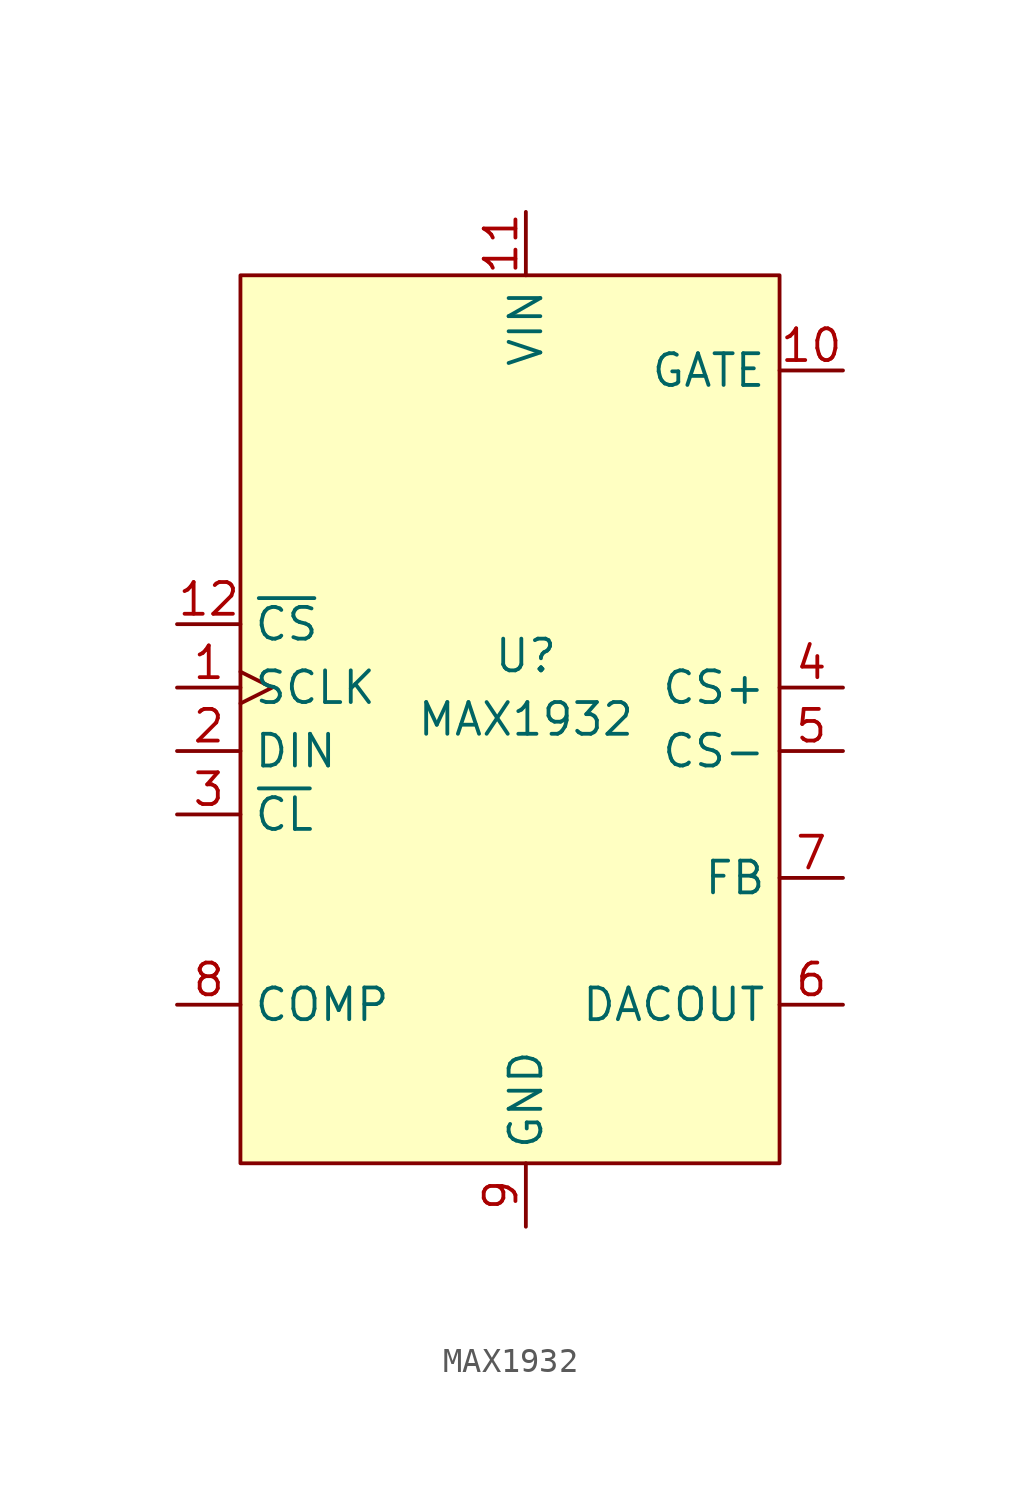
<source format=kicad_sym>
(kicad_symbol_lib
  (version 20200126)
  (host kicad_symbol_editor "(5.99.0-2251-g5226d6b4d)")
  (symbol "MAX1932:MAX1932"
    (property "Reference" "U"
      (at 0 2.54 0)
      (effects (font (size 1.27 1.27))))
    (property "Value" "MAX1932"
      (at 0 0 0)
      (effects (font (size 1.27 1.27))))
    (symbol "MAX1932_0_1"
      (rectangle (start -11.43 17.78) (end 10.16 -17.78) (stroke (width 0)) (fill (type background))))
    (symbol "MAX1932_1_1"
      (pin input clock (at -13.97 1.27 0) (length 2.54) (name "SCLK" (effects (font (size 1.27 1.27)))) (number "1" (effects (font (size 1.27 1.27)))))
      (pin output line (at 12.7 13.97 180) (length 2.54) (name "GATE" (effects (font (size 1.27 1.27)))) (number "10" (effects (font (size 1.27 1.27)))))
      (pin power_in line (at 0 20.32 270) (length 2.54) (name "VIN" (effects (font (size 1.27 1.27)))) (number "11" (effects (font (size 1.27 1.27)))))
      (pin input line (at -13.97 3.81 0) (length 2.54) (name "~CS" (effects (font (size 1.27 1.27)))) (number "12" (effects (font (size 1.27 1.27)))))
      (pin input line (at -13.97 -1.27 0) (length 2.54) (name "DIN" (effects (font (size 1.27 1.27)))) (number "2" (effects (font (size 1.27 1.27)))))
      (pin output line (at -13.97 -3.81 0) (length 2.54) (name "~CL" (effects (font (size 1.27 1.27)))) (number "3" (effects (font (size 1.27 1.27)))))
      (pin input line (at 12.7 1.27 180) (length 2.54) (name "CS+" (effects (font (size 1.27 1.27)))) (number "4" (effects (font (size 1.27 1.27)))))
      (pin input line (at 12.7 -1.27 180) (length 2.54) (name "CS-" (effects (font (size 1.27 1.27)))) (number "5" (effects (font (size 1.27 1.27)))))
      (pin output line (at 12.7 -11.43 180) (length 2.54) (name "DACOUT" (effects (font (size 1.27 1.27)))) (number "6" (effects (font (size 1.27 1.27)))))
      (pin input line (at 12.7 -6.35 180) (length 2.54) (name "FB" (effects (font (size 1.27 1.27)))) (number "7" (effects (font (size 1.27 1.27)))))
      (pin passive line (at -13.97 -11.43 0) (length 2.54) (name "COMP" (effects (font (size 1.27 1.27)))) (number "8" (effects (font (size 1.27 1.27)))))
      (pin power_in line (at 0 -20.32 90) (length 2.54) (name "GND" (effects (font (size 1.27 1.27)))) (number "9" (effects (font (size 1.27 1.27))))))))
</source>
